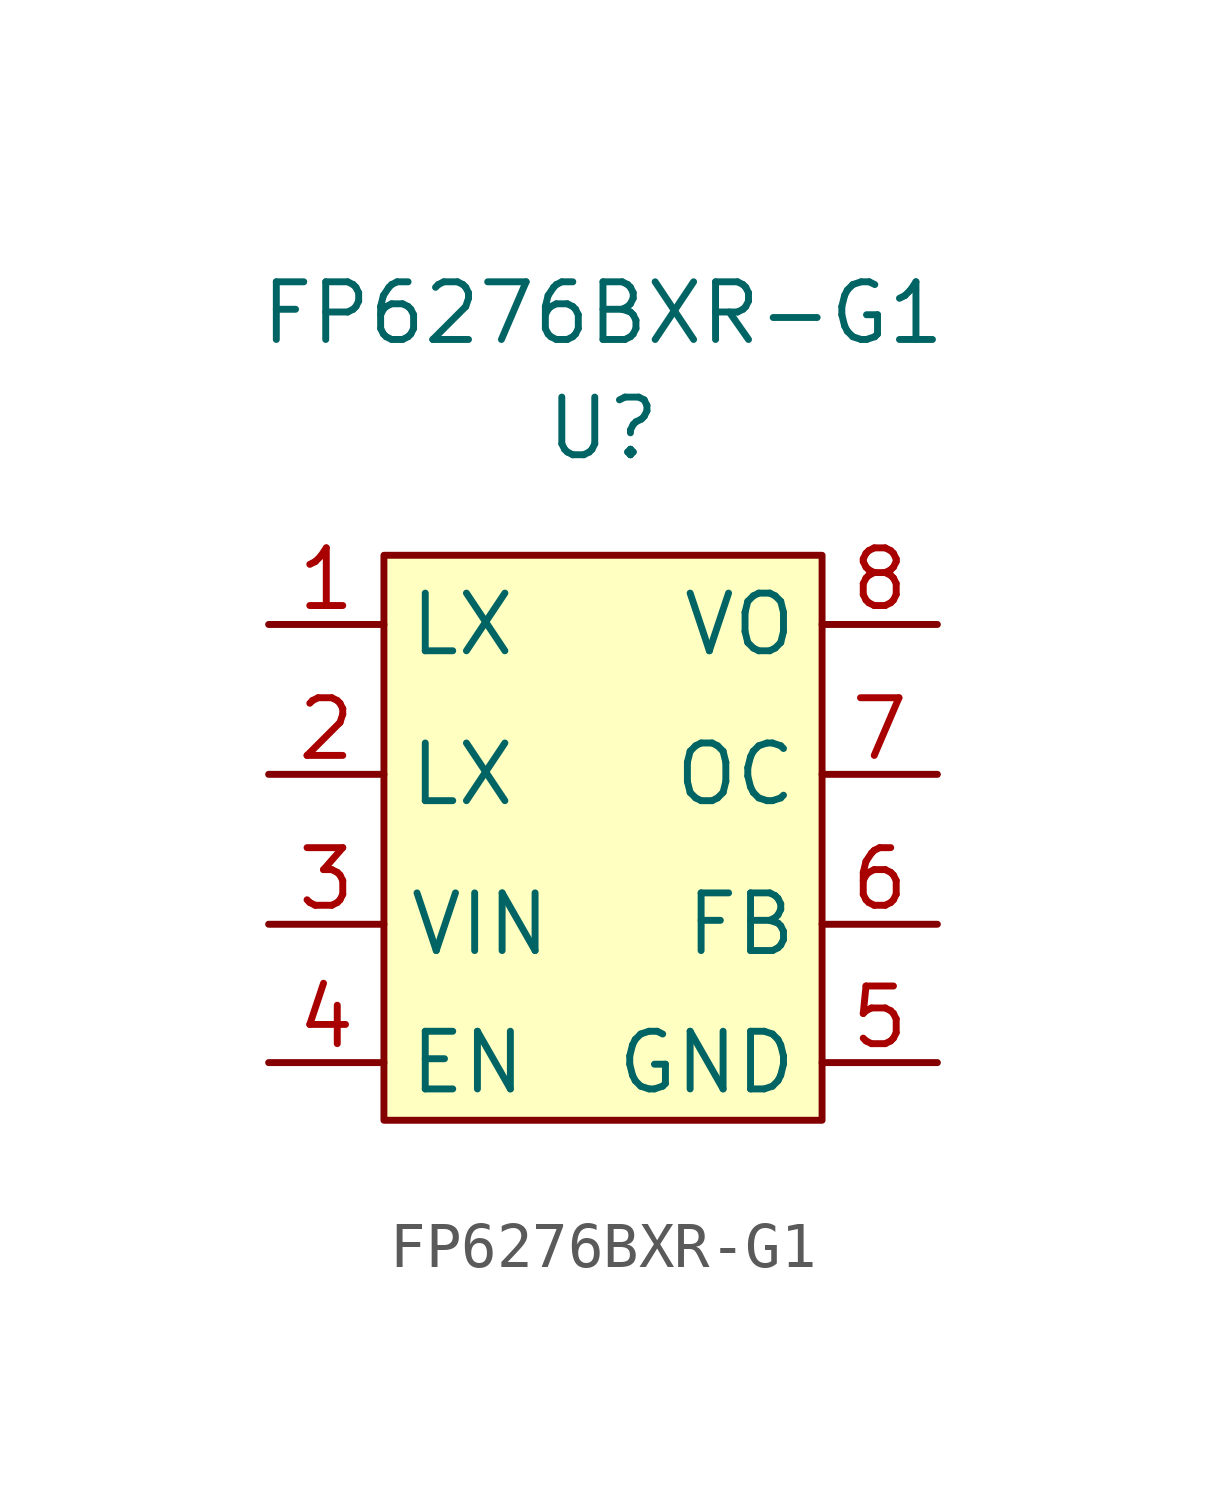
<source format=kicad_sym>
(kicad_symbol_lib
  (version 20211014)
  (generator kicad_symbol_editor)
  (symbol "FP6276BXR-G1"
    (property "Reference" "U"
      (at 0 8.89 0)
      (effects (font (size 1.27 1.27))))
    (property "Value" "FP6276BXR-G1"
      (at 0 11.43 0)
      (effects (font (size 1.27 1.27))))
    (symbol "FP6276BXR-G1_0_1"
      (rectangle (start -4.826 6.096) (end 4.826 -6.35) (stroke (width 0.152) (type default) (color 0 0 0 0)) (fill (type background))))
    (symbol "FP6276BXR-G1_1_1"
      (pin output line (at -7.366 4.572 0) (length 2.54) (name "LX" (effects (font (size 1.27 1.27)))) (number "1" (effects (font (size 1.27 1.27)))))
      (pin output line (at -7.366 1.27 0) (length 2.54) (name "LX" (effects (font (size 1.27 1.27)))) (number "2" (effects (font (size 1.27 1.27)))))
      (pin input line (at -7.366 -2.032 0) (length 2.54) (name "VIN" (effects (font (size 1.27 1.27)))) (number "3" (effects (font (size 1.27 1.27)))))
      (pin input line (at -7.366 -5.08 0) (length 2.54) (name "EN" (effects (font (size 1.27 1.27)))) (number "4" (effects (font (size 1.27 1.27)))))
      (pin input line (at 7.366 -5.08 180) (length 2.54) (name "GND" (effects (font (size 1.27 1.27)))) (number "5" (effects (font (size 1.27 1.27)))))
      (pin input line (at 7.366 -2.032 180) (length 2.54) (name "FB" (effects (font (size 1.27 1.27)))) (number "6" (effects (font (size 1.27 1.27)))))
      (pin output line (at 7.366 1.27 180) (length 2.54) (name "OC" (effects (font (size 1.27 1.27)))) (number "7" (effects (font (size 1.27 1.27)))))
      (pin output line (at 7.366 4.572 180) (length 2.54) (name "VO" (effects (font (size 1.27 1.27)))) (number "8" (effects (font (size 1.27 1.27))))))))
</source>
